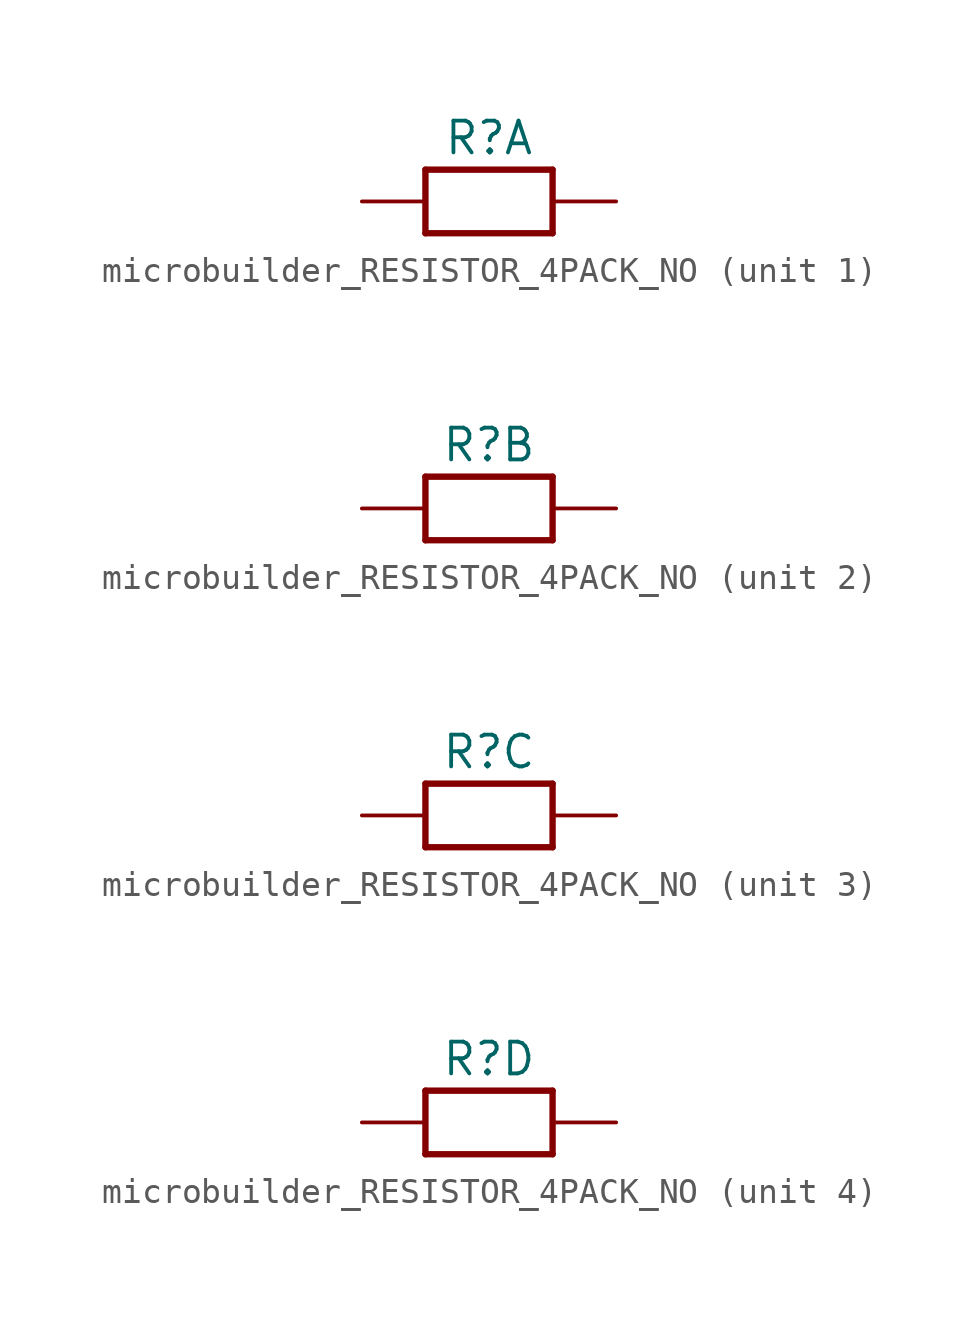
<source format=kicad_sym>
(kicad_symbol_lib
  (version 20231120)
  (generator "kicad_symbol_editor")
  (generator_version "8.0")
  (symbol "microbuilder_RESISTOR_4PACK_NO"
    (property "Reference" "R"
      (at 0 2.54 0)
      (effects (font (size 1.27 1.27))))
    (property "Value" ""
      (at 0 0 0)
      (effects (font (size 1.016 1.016) (bold yes))))
    (property "ki_locked" ""
      (at 0 0 0)
      (effects (font (size 1.27 1.27))))
    (symbol "microbuilder_RESISTOR_4PACK_NO_1_0"
      (polyline (pts (xy -2.54 -1.27) (xy -2.54 1.27)) (stroke (width 0.254) (type solid)) (fill (type none)))
      (polyline (pts (xy -2.54 1.27) (xy 2.54 1.27)) (stroke (width 0.254) (type solid)) (fill (type none)))
      (polyline (pts (xy 2.54 -1.27) (xy -2.54 -1.27)) (stroke (width 0.254) (type solid)) (fill (type none)))
      (polyline (pts (xy 2.54 1.27) (xy 2.54 -1.27)) (stroke (width 0.254) (type solid)) (fill (type none)))
      (pin passive line (at -5.08 0 0) (length 2.54) (name "1" (effects (font (size 0 0)))) (number "1" (effects (font (size 0 0)))))
      (pin passive line (at 5.08 0 180) (length 2.54) (name "2" (effects (font (size 0 0)))) (number "8" (effects (font (size 0 0))))))
    (symbol "microbuilder_RESISTOR_4PACK_NO_2_0"
      (polyline (pts (xy -2.54 -1.27) (xy -2.54 1.27)) (stroke (width 0.254) (type solid)) (fill (type none)))
      (polyline (pts (xy -2.54 1.27) (xy 2.54 1.27)) (stroke (width 0.254) (type solid)) (fill (type none)))
      (polyline (pts (xy 2.54 -1.27) (xy -2.54 -1.27)) (stroke (width 0.254) (type solid)) (fill (type none)))
      (polyline (pts (xy 2.54 1.27) (xy 2.54 -1.27)) (stroke (width 0.254) (type solid)) (fill (type none)))
      (pin passive line (at -5.08 0 0) (length 2.54) (name "1" (effects (font (size 0 0)))) (number "2" (effects (font (size 0 0)))))
      (pin passive line (at 5.08 0 180) (length 2.54) (name "2" (effects (font (size 0 0)))) (number "7" (effects (font (size 0 0))))))
    (symbol "microbuilder_RESISTOR_4PACK_NO_3_0"
      (polyline (pts (xy -2.54 -1.27) (xy -2.54 1.27)) (stroke (width 0.254) (type solid)) (fill (type none)))
      (polyline (pts (xy -2.54 1.27) (xy 2.54 1.27)) (stroke (width 0.254) (type solid)) (fill (type none)))
      (polyline (pts (xy 2.54 -1.27) (xy -2.54 -1.27)) (stroke (width 0.254) (type solid)) (fill (type none)))
      (polyline (pts (xy 2.54 1.27) (xy 2.54 -1.27)) (stroke (width 0.254) (type solid)) (fill (type none)))
      (pin passive line (at -5.08 0 0) (length 2.54) (name "1" (effects (font (size 0 0)))) (number "3" (effects (font (size 0 0)))))
      (pin passive line (at 5.08 0 180) (length 2.54) (name "2" (effects (font (size 0 0)))) (number "6" (effects (font (size 0 0))))))
    (symbol "microbuilder_RESISTOR_4PACK_NO_4_0"
      (polyline (pts (xy -2.54 -1.27) (xy -2.54 1.27)) (stroke (width 0.254) (type solid)) (fill (type none)))
      (polyline (pts (xy -2.54 1.27) (xy 2.54 1.27)) (stroke (width 0.254) (type solid)) (fill (type none)))
      (polyline (pts (xy 2.54 -1.27) (xy -2.54 -1.27)) (stroke (width 0.254) (type solid)) (fill (type none)))
      (polyline (pts (xy 2.54 1.27) (xy 2.54 -1.27)) (stroke (width 0.254) (type solid)) (fill (type none)))
      (pin passive line (at -5.08 0 0) (length 2.54) (name "1" (effects (font (size 0 0)))) (number "4" (effects (font (size 0 0)))))
      (pin passive line (at 5.08 0 180) (length 2.54) (name "2" (effects (font (size 0 0)))) (number "5" (effects (font (size 0 0))))))))
</source>
